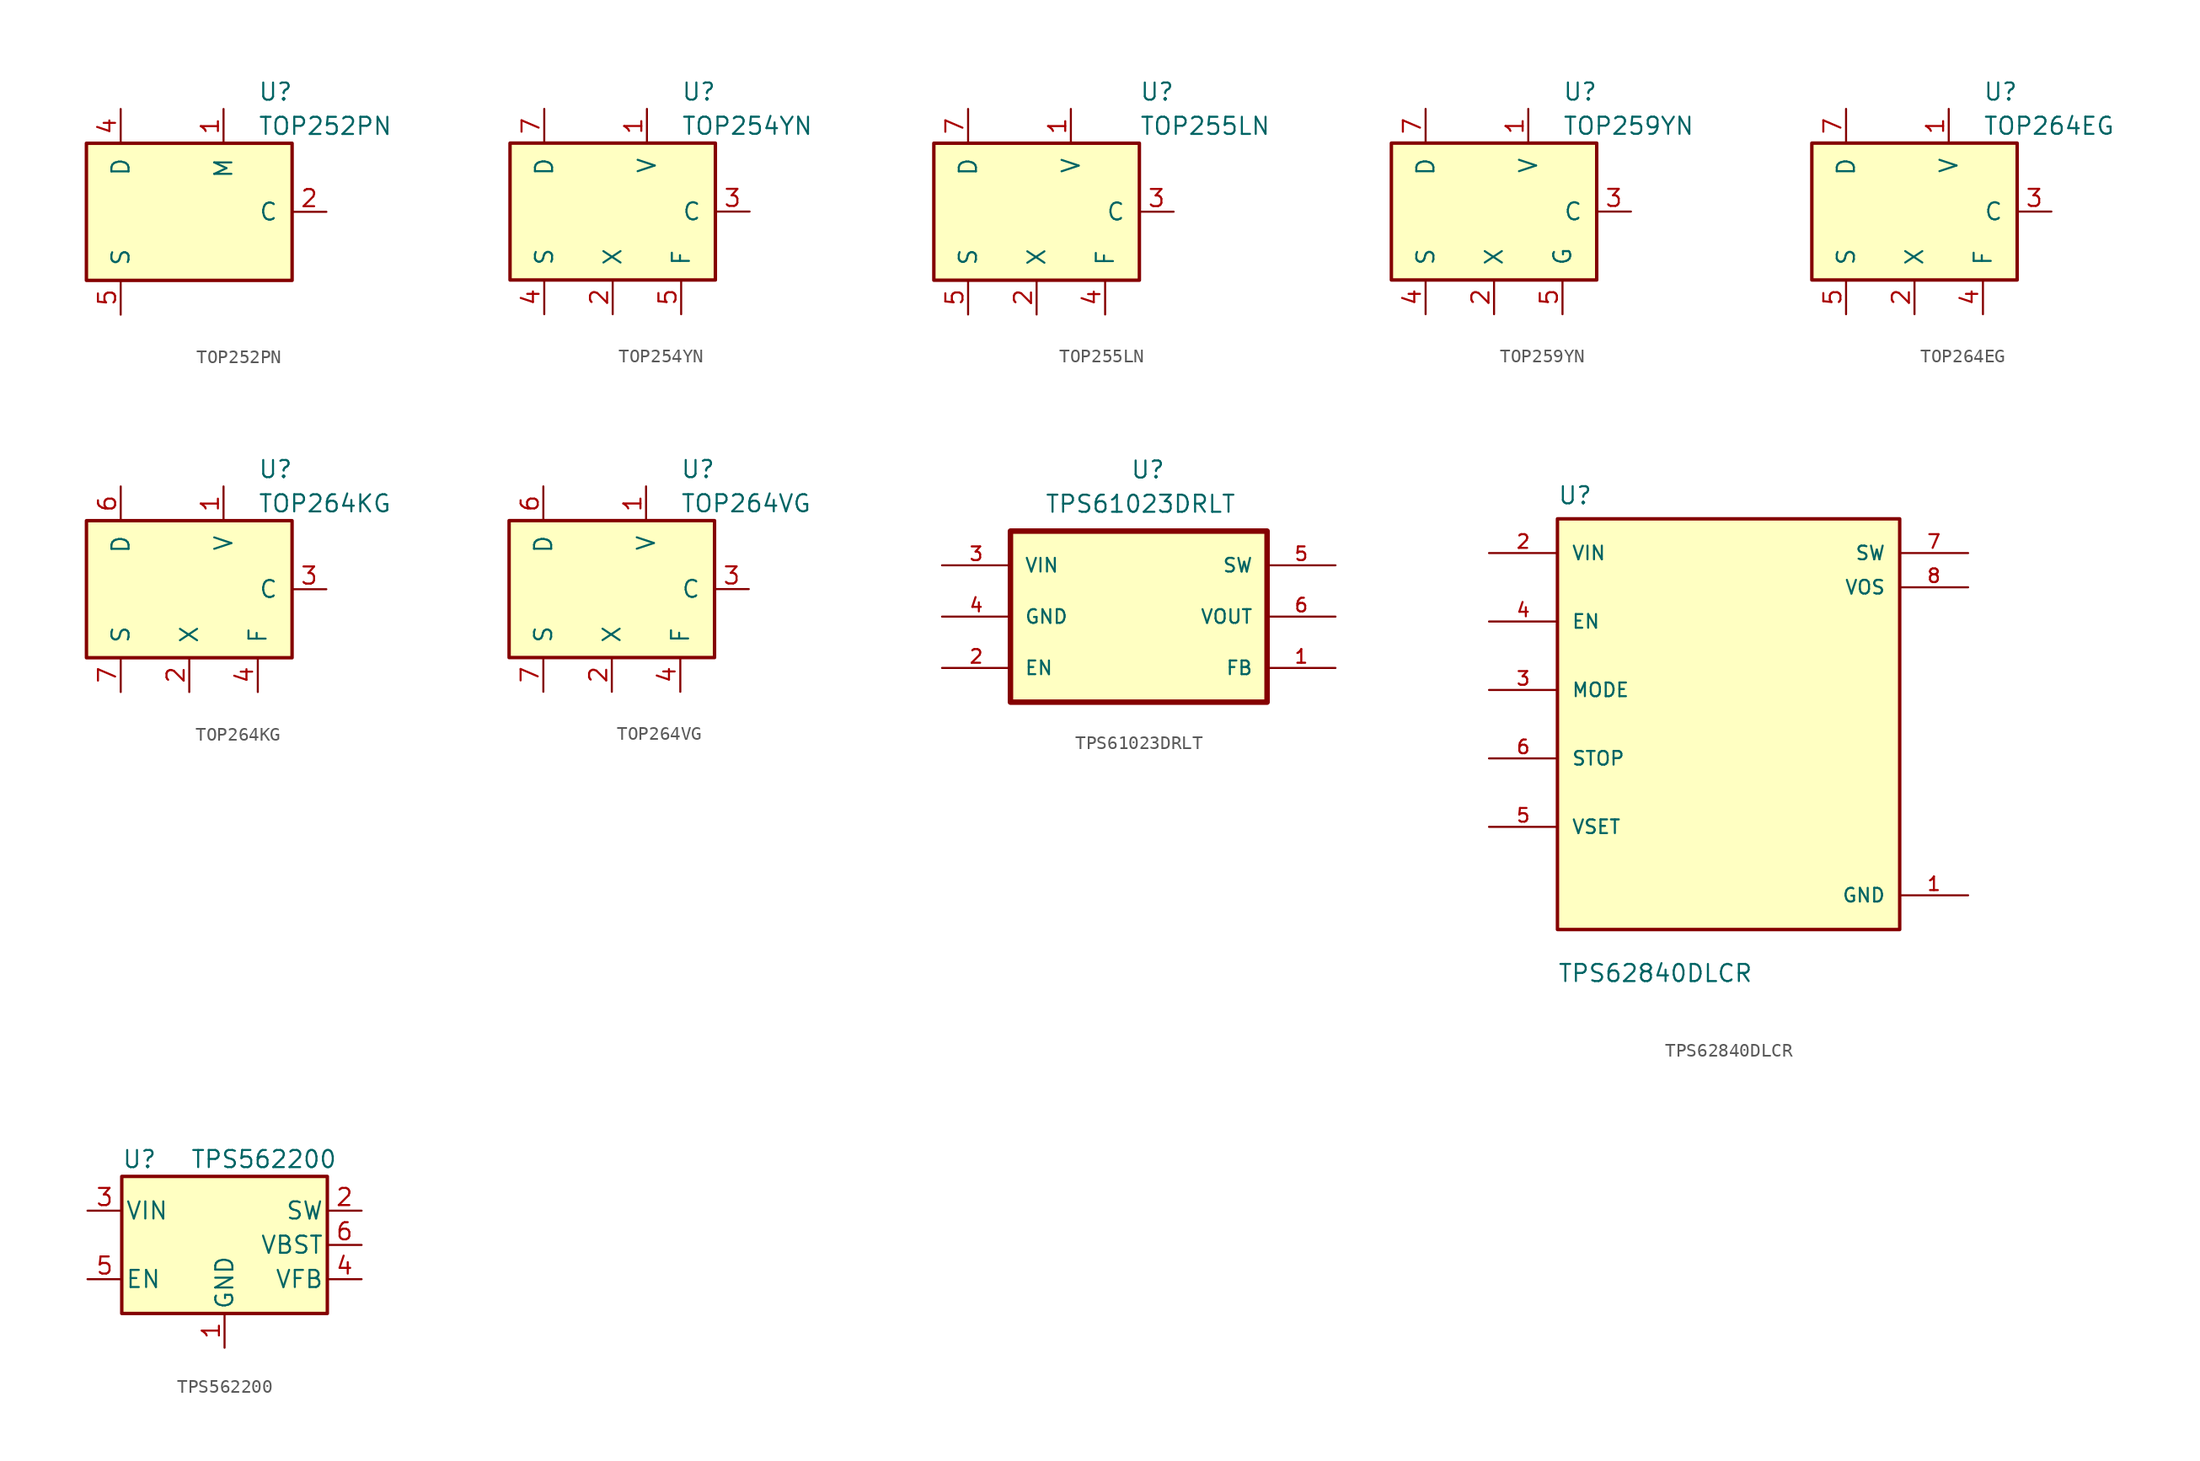
<source format=kicad_sym>
(kicad_symbol_lib
  (version 20211014)
  (generator kicad_symbol_editor)
  (symbol "TOP252PN"
    (pin_names
      (offset 1.016))
    (property "Reference" "U"
      (at 5.08 8.89 0)
      (effects (font (size 1.27 1.27)) (justify left)))
    (property "Value" "TOP252PN"
      (at 5.08 6.35 0)
      (effects (font (size 1.27 1.27)) (justify left)))
    (symbol "TOP252PN_0_1"
      (rectangle (start -7.62 5.08) (end 7.62 -5.08) (stroke (width 0.254) (type default) (color 0 0 0 0)) (fill (type background))))
    (symbol "TOP252PN_1_1"
      (pin input line (at 2.54 7.62 270) (length 2.54) (name "M" (effects (font (size 1.27 1.27)))) (number "1" (effects (font (size 1.27 1.27)))))
      (pin input line (at 10.16 0 180) (length 2.54) (name "C" (effects (font (size 1.27 1.27)))) (number "2" (effects (font (size 1.27 1.27)))))
      (pin open_collector line (at -5.08 7.62 270) (length 2.54) (name "D" (effects (font (size 1.27 1.27)))) (number "4" (effects (font (size 1.27 1.27)))))
      (pin open_emitter line (at -5.08 -7.62 90) (length 2.54) (name "S" (effects (font (size 1.27 1.27)))) (number "5" (effects (font (size 1.27 1.27)))))
      (pin open_emitter line (at -5.08 -7.62 90) (length 2.54) hide (name "S" (effects (font (size 1.27 1.27)))) (number "6" (effects (font (size 1.27 1.27)))))
      (pin open_emitter line (at -5.08 -7.62 90) (length 2.54) hide (name "S" (effects (font (size 1.27 1.27)))) (number "7" (effects (font (size 1.27 1.27)))))
      (pin open_emitter line (at -5.08 -7.62 90) (length 2.54) hide (name "S" (effects (font (size 1.27 1.27)))) (number "8" (effects (font (size 1.27 1.27)))))))
  (symbol "TOP254YN"
    (pin_names
      (offset 1.016))
    (property "Reference" "U"
      (at 5.08 8.89 0)
      (effects (font (size 1.27 1.27)) (justify left)))
    (property "Value" "TOP254YN"
      (at 5.08 6.35 0)
      (effects (font (size 1.27 1.27)) (justify left)))
    (symbol "TOP254YN_0_1"
      (rectangle (start -7.62 5.08) (end 7.62 -5.08) (stroke (width 0.254) (type default) (color 0 0 0 0)) (fill (type background))))
    (symbol "TOP254YN_1_1"
      (pin input line (at 2.54 7.62 270) (length 2.54) (name "V" (effects (font (size 1.27 1.27)))) (number "1" (effects (font (size 1.27 1.27)))))
      (pin input line (at 0 -7.62 90) (length 2.54) (name "X" (effects (font (size 1.27 1.27)))) (number "2" (effects (font (size 1.27 1.27)))))
      (pin input line (at 10.16 0 180) (length 2.54) (name "C" (effects (font (size 1.27 1.27)))) (number "3" (effects (font (size 1.27 1.27)))))
      (pin open_emitter line (at -5.08 -7.62 90) (length 2.54) (name "S" (effects (font (size 1.27 1.27)))) (number "4" (effects (font (size 1.27 1.27)))))
      (pin passive line (at 5.08 -7.62 90) (length 2.54) (name "F" (effects (font (size 1.27 1.27)))) (number "5" (effects (font (size 1.27 1.27)))))
      (pin open_collector line (at -5.08 7.62 270) (length 2.54) (name "D" (effects (font (size 1.27 1.27)))) (number "7" (effects (font (size 1.27 1.27)))))))
  (symbol "TOP255LN"
    (pin_names
      (offset 1.016))
    (property "Reference" "U"
      (at 7.62 8.89 0)
      (effects (font (size 1.27 1.27)) (justify left)))
    (property "Value" "TOP255LN"
      (at 7.62 6.35 0)
      (effects (font (size 1.27 1.27)) (justify left)))
    (symbol "TOP255LN_0_1"
      (rectangle (start -7.62 5.08) (end 7.62 -5.08) (stroke (width 0.254) (type default) (color 0 0 0 0)) (fill (type background))))
    (symbol "TOP255LN_1_1"
      (pin input line (at 2.54 7.62 270) (length 2.54) (name "V" (effects (font (size 1.27 1.27)))) (number "1" (effects (font (size 1.27 1.27)))))
      (pin input line (at 0 -7.62 90) (length 2.54) (name "X" (effects (font (size 1.27 1.27)))) (number "2" (effects (font (size 1.27 1.27)))))
      (pin input line (at 10.16 0 180) (length 2.54) (name "C" (effects (font (size 1.27 1.27)))) (number "3" (effects (font (size 1.27 1.27)))))
      (pin passive line (at 5.08 -7.62 90) (length 2.54) (name "F" (effects (font (size 1.27 1.27)))) (number "4" (effects (font (size 1.27 1.27)))))
      (pin open_emitter line (at -5.08 -7.62 90) (length 2.54) (name "S" (effects (font (size 1.27 1.27)))) (number "5" (effects (font (size 1.27 1.27)))))
      (pin open_collector line (at -5.08 7.62 270) (length 2.54) (name "D" (effects (font (size 1.27 1.27)))) (number "7" (effects (font (size 1.27 1.27)))))))
  (symbol "TOP259YN"
    (pin_names
      (offset 1.016))
    (property "Reference" "U"
      (at 5.08 8.89 0)
      (effects (font (size 1.27 1.27)) (justify left)))
    (property "Value" "TOP259YN"
      (at 5.08 6.35 0)
      (effects (font (size 1.27 1.27)) (justify left)))
    (symbol "TOP259YN_0_1"
      (rectangle (start -7.62 5.08) (end 7.62 -5.08) (stroke (width 0.254) (type default) (color 0 0 0 0)) (fill (type background))))
    (symbol "TOP259YN_1_1"
      (pin input line (at 2.54 7.62 270) (length 2.54) (name "V" (effects (font (size 1.27 1.27)))) (number "1" (effects (font (size 1.27 1.27)))))
      (pin input line (at 0 -7.62 90) (length 2.54) (name "X" (effects (font (size 1.27 1.27)))) (number "2" (effects (font (size 1.27 1.27)))))
      (pin input line (at 10.16 0 180) (length 2.54) (name "C" (effects (font (size 1.27 1.27)))) (number "3" (effects (font (size 1.27 1.27)))))
      (pin open_emitter line (at -5.08 -7.62 90) (length 2.54) (name "S" (effects (font (size 1.27 1.27)))) (number "4" (effects (font (size 1.27 1.27)))))
      (pin passive line (at 5.08 -7.62 90) (length 2.54) (name "G" (effects (font (size 1.27 1.27)))) (number "5" (effects (font (size 1.27 1.27)))))
      (pin open_collector line (at -5.08 7.62 270) (length 2.54) (name "D" (effects (font (size 1.27 1.27)))) (number "7" (effects (font (size 1.27 1.27)))))))
  (symbol "TOP264EG"
    (pin_names
      (offset 1.016))
    (property "Reference" "U"
      (at 5.08 8.89 0)
      (effects (font (size 1.27 1.27)) (justify left)))
    (property "Value" "TOP264EG"
      (at 5.08 6.35 0)
      (effects (font (size 1.27 1.27)) (justify left)))
    (symbol "TOP264EG_0_1"
      (rectangle (start -7.62 5.08) (end 7.62 -5.08) (stroke (width 0.254) (type default) (color 0 0 0 0)) (fill (type background))))
    (symbol "TOP264EG_1_1"
      (pin input line (at 2.54 7.62 270) (length 2.54) (name "V" (effects (font (size 1.27 1.27)))) (number "1" (effects (font (size 1.27 1.27)))))
      (pin input line (at 0 -7.62 90) (length 2.54) (name "X" (effects (font (size 1.27 1.27)))) (number "2" (effects (font (size 1.27 1.27)))))
      (pin input line (at 10.16 0 180) (length 2.54) (name "C" (effects (font (size 1.27 1.27)))) (number "3" (effects (font (size 1.27 1.27)))))
      (pin passive line (at 5.08 -7.62 90) (length 2.54) (name "F" (effects (font (size 1.27 1.27)))) (number "4" (effects (font (size 1.27 1.27)))))
      (pin open_emitter line (at -5.08 -7.62 90) (length 2.54) (name "S" (effects (font (size 1.27 1.27)))) (number "5" (effects (font (size 1.27 1.27)))))
      (pin open_collector line (at -5.08 7.62 270) (length 2.54) (name "D" (effects (font (size 1.27 1.27)))) (number "7" (effects (font (size 1.27 1.27)))))))
  (symbol "TOP264KG"
    (pin_names
      (offset 1.016))
    (property "Reference" "U"
      (at 5.08 8.89 0)
      (effects (font (size 1.27 1.27)) (justify left)))
    (property "Value" "TOP264KG"
      (at 5.08 6.35 0)
      (effects (font (size 1.27 1.27)) (justify left)))
    (symbol "TOP264KG_0_1"
      (rectangle (start -7.62 5.08) (end 7.62 -5.08) (stroke (width 0.254) (type default) (color 0 0 0 0)) (fill (type background))))
    (symbol "TOP264KG_1_1"
      (pin input line (at 2.54 7.62 270) (length 2.54) (name "V" (effects (font (size 1.27 1.27)))) (number "1" (effects (font (size 1.27 1.27)))))
      (pin open_emitter line (at -5.08 -7.62 90) (length 2.54) hide (name "S" (effects (font (size 1.27 1.27)))) (number "10" (effects (font (size 1.27 1.27)))))
      (pin open_emitter line (at -5.08 -7.62 90) (length 2.54) hide (name "S" (effects (font (size 1.27 1.27)))) (number "11" (effects (font (size 1.27 1.27)))))
      (pin open_emitter line (at -5.08 -7.62 90) (length 2.54) hide (name "S" (effects (font (size 1.27 1.27)))) (number "12" (effects (font (size 1.27 1.27)))))
      (pin input line (at 0 -7.62 90) (length 2.54) (name "X" (effects (font (size 1.27 1.27)))) (number "2" (effects (font (size 1.27 1.27)))))
      (pin input line (at 10.16 0 180) (length 2.54) (name "C" (effects (font (size 1.27 1.27)))) (number "3" (effects (font (size 1.27 1.27)))))
      (pin passive line (at 5.08 -7.62 90) (length 2.54) (name "F" (effects (font (size 1.27 1.27)))) (number "4" (effects (font (size 1.27 1.27)))))
      (pin open_collector line (at -5.08 7.62 270) (length 2.54) (name "D" (effects (font (size 1.27 1.27)))) (number "6" (effects (font (size 1.27 1.27)))))
      (pin open_emitter line (at -5.08 -7.62 90) (length 2.54) (name "S" (effects (font (size 1.27 1.27)))) (number "7" (effects (font (size 1.27 1.27)))))
      (pin open_emitter line (at -5.08 -7.62 90) (length 2.54) hide (name "S" (effects (font (size 1.27 1.27)))) (number "8" (effects (font (size 1.27 1.27)))))
      (pin open_emitter line (at -5.08 -7.62 90) (length 2.54) hide (name "S" (effects (font (size 1.27 1.27)))) (number "9" (effects (font (size 1.27 1.27)))))))
  (symbol "TOP264VG"
    (pin_names
      (offset 1.016))
    (property "Reference" "U"
      (at 5.08 8.89 0)
      (effects (font (size 1.27 1.27)) (justify left)))
    (property "Value" "TOP264VG"
      (at 5.08 6.35 0)
      (effects (font (size 1.27 1.27)) (justify left)))
    (symbol "TOP264VG_0_1"
      (rectangle (start -7.62 5.08) (end 7.62 -5.08) (stroke (width 0.254) (type default) (color 0 0 0 0)) (fill (type background))))
    (symbol "TOP264VG_1_1"
      (pin input line (at 2.54 7.62 270) (length 2.54) (name "V" (effects (font (size 1.27 1.27)))) (number "1" (effects (font (size 1.27 1.27)))))
      (pin open_emitter line (at -5.08 -7.62 90) (length 2.54) hide (name "S" (effects (font (size 1.27 1.27)))) (number "10" (effects (font (size 1.27 1.27)))))
      (pin open_emitter line (at -5.08 -7.62 90) (length 2.54) hide (name "S" (effects (font (size 1.27 1.27)))) (number "11" (effects (font (size 1.27 1.27)))))
      (pin open_emitter line (at -5.08 -7.62 90) (length 2.54) hide (name "S" (effects (font (size 1.27 1.27)))) (number "12" (effects (font (size 1.27 1.27)))))
      (pin input line (at 0 -7.62 90) (length 2.54) (name "X" (effects (font (size 1.27 1.27)))) (number "2" (effects (font (size 1.27 1.27)))))
      (pin input line (at 10.16 0 180) (length 2.54) (name "C" (effects (font (size 1.27 1.27)))) (number "3" (effects (font (size 1.27 1.27)))))
      (pin passive line (at 5.08 -7.62 90) (length 2.54) (name "F" (effects (font (size 1.27 1.27)))) (number "4" (effects (font (size 1.27 1.27)))))
      (pin open_collector line (at -5.08 7.62 270) (length 2.54) (name "D" (effects (font (size 1.27 1.27)))) (number "6" (effects (font (size 1.27 1.27)))))
      (pin open_emitter line (at -5.08 -7.62 90) (length 2.54) (name "S" (effects (font (size 1.27 1.27)))) (number "7" (effects (font (size 1.27 1.27)))))
      (pin open_emitter line (at -5.08 -7.62 90) (length 2.54) hide (name "S" (effects (font (size 1.27 1.27)))) (number "8" (effects (font (size 1.27 1.27)))))
      (pin open_emitter line (at -5.08 -7.62 90) (length 2.54) hide (name "S" (effects (font (size 1.27 1.27)))) (number "9" (effects (font (size 1.27 1.27)))))))
  (symbol "TPS61023DRLT"
    (pin_names
      (offset 1.016))
    (property "Reference" "U"
      (at -0.635 10.16 0)
      (effects (font (size 1.27 1.27)) (justify left bottom)))
    (property "Value" "TPS61023DRLT"
      (at -6.985 7.62 0)
      (effects (font (size 1.27 1.27)) (justify left bottom)))
    (property "ki_locked" ""
      (at 0 0 0)
      (effects (font (size 1.27 1.27))))
    (symbol "TPS61023DRLT_0_0"
      (rectangle (start -9.525 -6.35) (end 9.525 6.35) (stroke (width 0.406) (type default) (color 0 0 0 0)) (fill (type background)))
      (pin input line (at 14.605 -3.81 180) (length 5.08) (name "FB" (effects (font (size 1.016 1.016)))) (number "1" (effects (font (size 1.016 1.016)))))
      (pin input line (at -14.605 -3.81 0) (length 5.08) (name "EN" (effects (font (size 1.016 1.016)))) (number "2" (effects (font (size 1.016 1.016)))))
      (pin input line (at -14.605 3.81 0) (length 5.08) (name "VIN" (effects (font (size 1.016 1.016)))) (number "3" (effects (font (size 1.016 1.016)))))
      (pin power_in line (at -14.605 0 0) (length 5.08) (name "GND" (effects (font (size 1.016 1.016)))) (number "4" (effects (font (size 1.016 1.016)))))
      (pin bidirectional line (at 14.605 3.81 180) (length 5.08) (name "SW" (effects (font (size 1.016 1.016)))) (number "5" (effects (font (size 1.016 1.016)))))
      (pin output line (at 14.605 0 180) (length 5.08) (name "VOUT" (effects (font (size 1.016 1.016)))) (number "6" (effects (font (size 1.016 1.016)))))))
  (symbol "TPS62840DLCR"
    (pin_names
      (offset 1.016))
    (property "Reference" "U"
      (at -12.7 16.231 0)
      (effects (font (size 1.27 1.27)) (justify left bottom)))
    (property "Value" "TPS62840DLCR"
      (at -12.7 -19.228 0)
      (effects (font (size 1.27 1.27)) (justify left bottom)))
    (symbol "TPS62840DLCR_0_0"
      (rectangle (start -12.7 -15.24) (end 12.7 15.24) (stroke (width 0.254) (type default) (color 0 0 0 0)) (fill (type background)))
      (pin power_in line (at 17.78 -12.7 180) (length 5.08) (name "GND" (effects (font (size 1.016 1.016)))) (number "1" (effects (font (size 1.016 1.016)))))
      (pin power_in line (at -17.78 12.7 0) (length 5.08) (name "VIN" (effects (font (size 1.016 1.016)))) (number "2" (effects (font (size 1.016 1.016)))))
      (pin input line (at -17.78 2.54 0) (length 5.08) (name "MODE" (effects (font (size 1.016 1.016)))) (number "3" (effects (font (size 1.016 1.016)))))
      (pin input line (at -17.78 7.62 0) (length 5.08) (name "EN" (effects (font (size 1.016 1.016)))) (number "4" (effects (font (size 1.016 1.016)))))
      (pin input line (at -17.78 -7.62 0) (length 5.08) (name "VSET" (effects (font (size 1.016 1.016)))) (number "5" (effects (font (size 1.016 1.016)))))
      (pin input line (at -17.78 -2.54 0) (length 5.08) (name "STOP" (effects (font (size 1.016 1.016)))) (number "6" (effects (font (size 1.016 1.016)))))
      (pin power_in line (at 17.78 12.7 180) (length 5.08) (name "SW" (effects (font (size 1.016 1.016)))) (number "7" (effects (font (size 1.016 1.016)))))
      (pin input line (at 17.78 10.16 180) (length 5.08) (name "VOS" (effects (font (size 1.016 1.016)))) (number "8" (effects (font (size 1.016 1.016)))))))
  (symbol "TPS562200"
    (pin_names
      (offset 0.254))
    (property "Reference" "U"
      (at -7.62 6.35 0)
      (effects (font (size 1.27 1.27)) (justify left)))
    (property "Value" "TPS562200"
      (at -2.54 6.35 0)
      (effects (font (size 1.27 1.27)) (justify left)))
    (symbol "TPS562200_0_1"
      (rectangle (start -7.62 5.08) (end 7.62 -5.08) (stroke (width 0.254) (type default) (color 0 0 0 0)) (fill (type background))))
    (symbol "TPS562200_1_1"
      (pin power_in line (at 0 -7.62 90) (length 2.54) (name "GND" (effects (font (size 1.27 1.27)))) (number "1" (effects (font (size 1.27 1.27)))))
      (pin output line (at 10.16 2.54 180) (length 2.54) (name "SW" (effects (font (size 1.27 1.27)))) (number "2" (effects (font (size 1.27 1.27)))))
      (pin power_in line (at -10.16 2.54 0) (length 2.54) (name "VIN" (effects (font (size 1.27 1.27)))) (number "3" (effects (font (size 1.27 1.27)))))
      (pin input line (at 10.16 -2.54 180) (length 2.54) (name "VFB" (effects (font (size 1.27 1.27)))) (number "4" (effects (font (size 1.27 1.27)))))
      (pin input line (at -10.16 -2.54 0) (length 2.54) (name "EN" (effects (font (size 1.27 1.27)))) (number "5" (effects (font (size 1.27 1.27)))))
      (pin input line (at 10.16 0 180) (length 2.54) (name "VBST" (effects (font (size 1.27 1.27)))) (number "6" (effects (font (size 1.27 1.27))))))))
</source>
